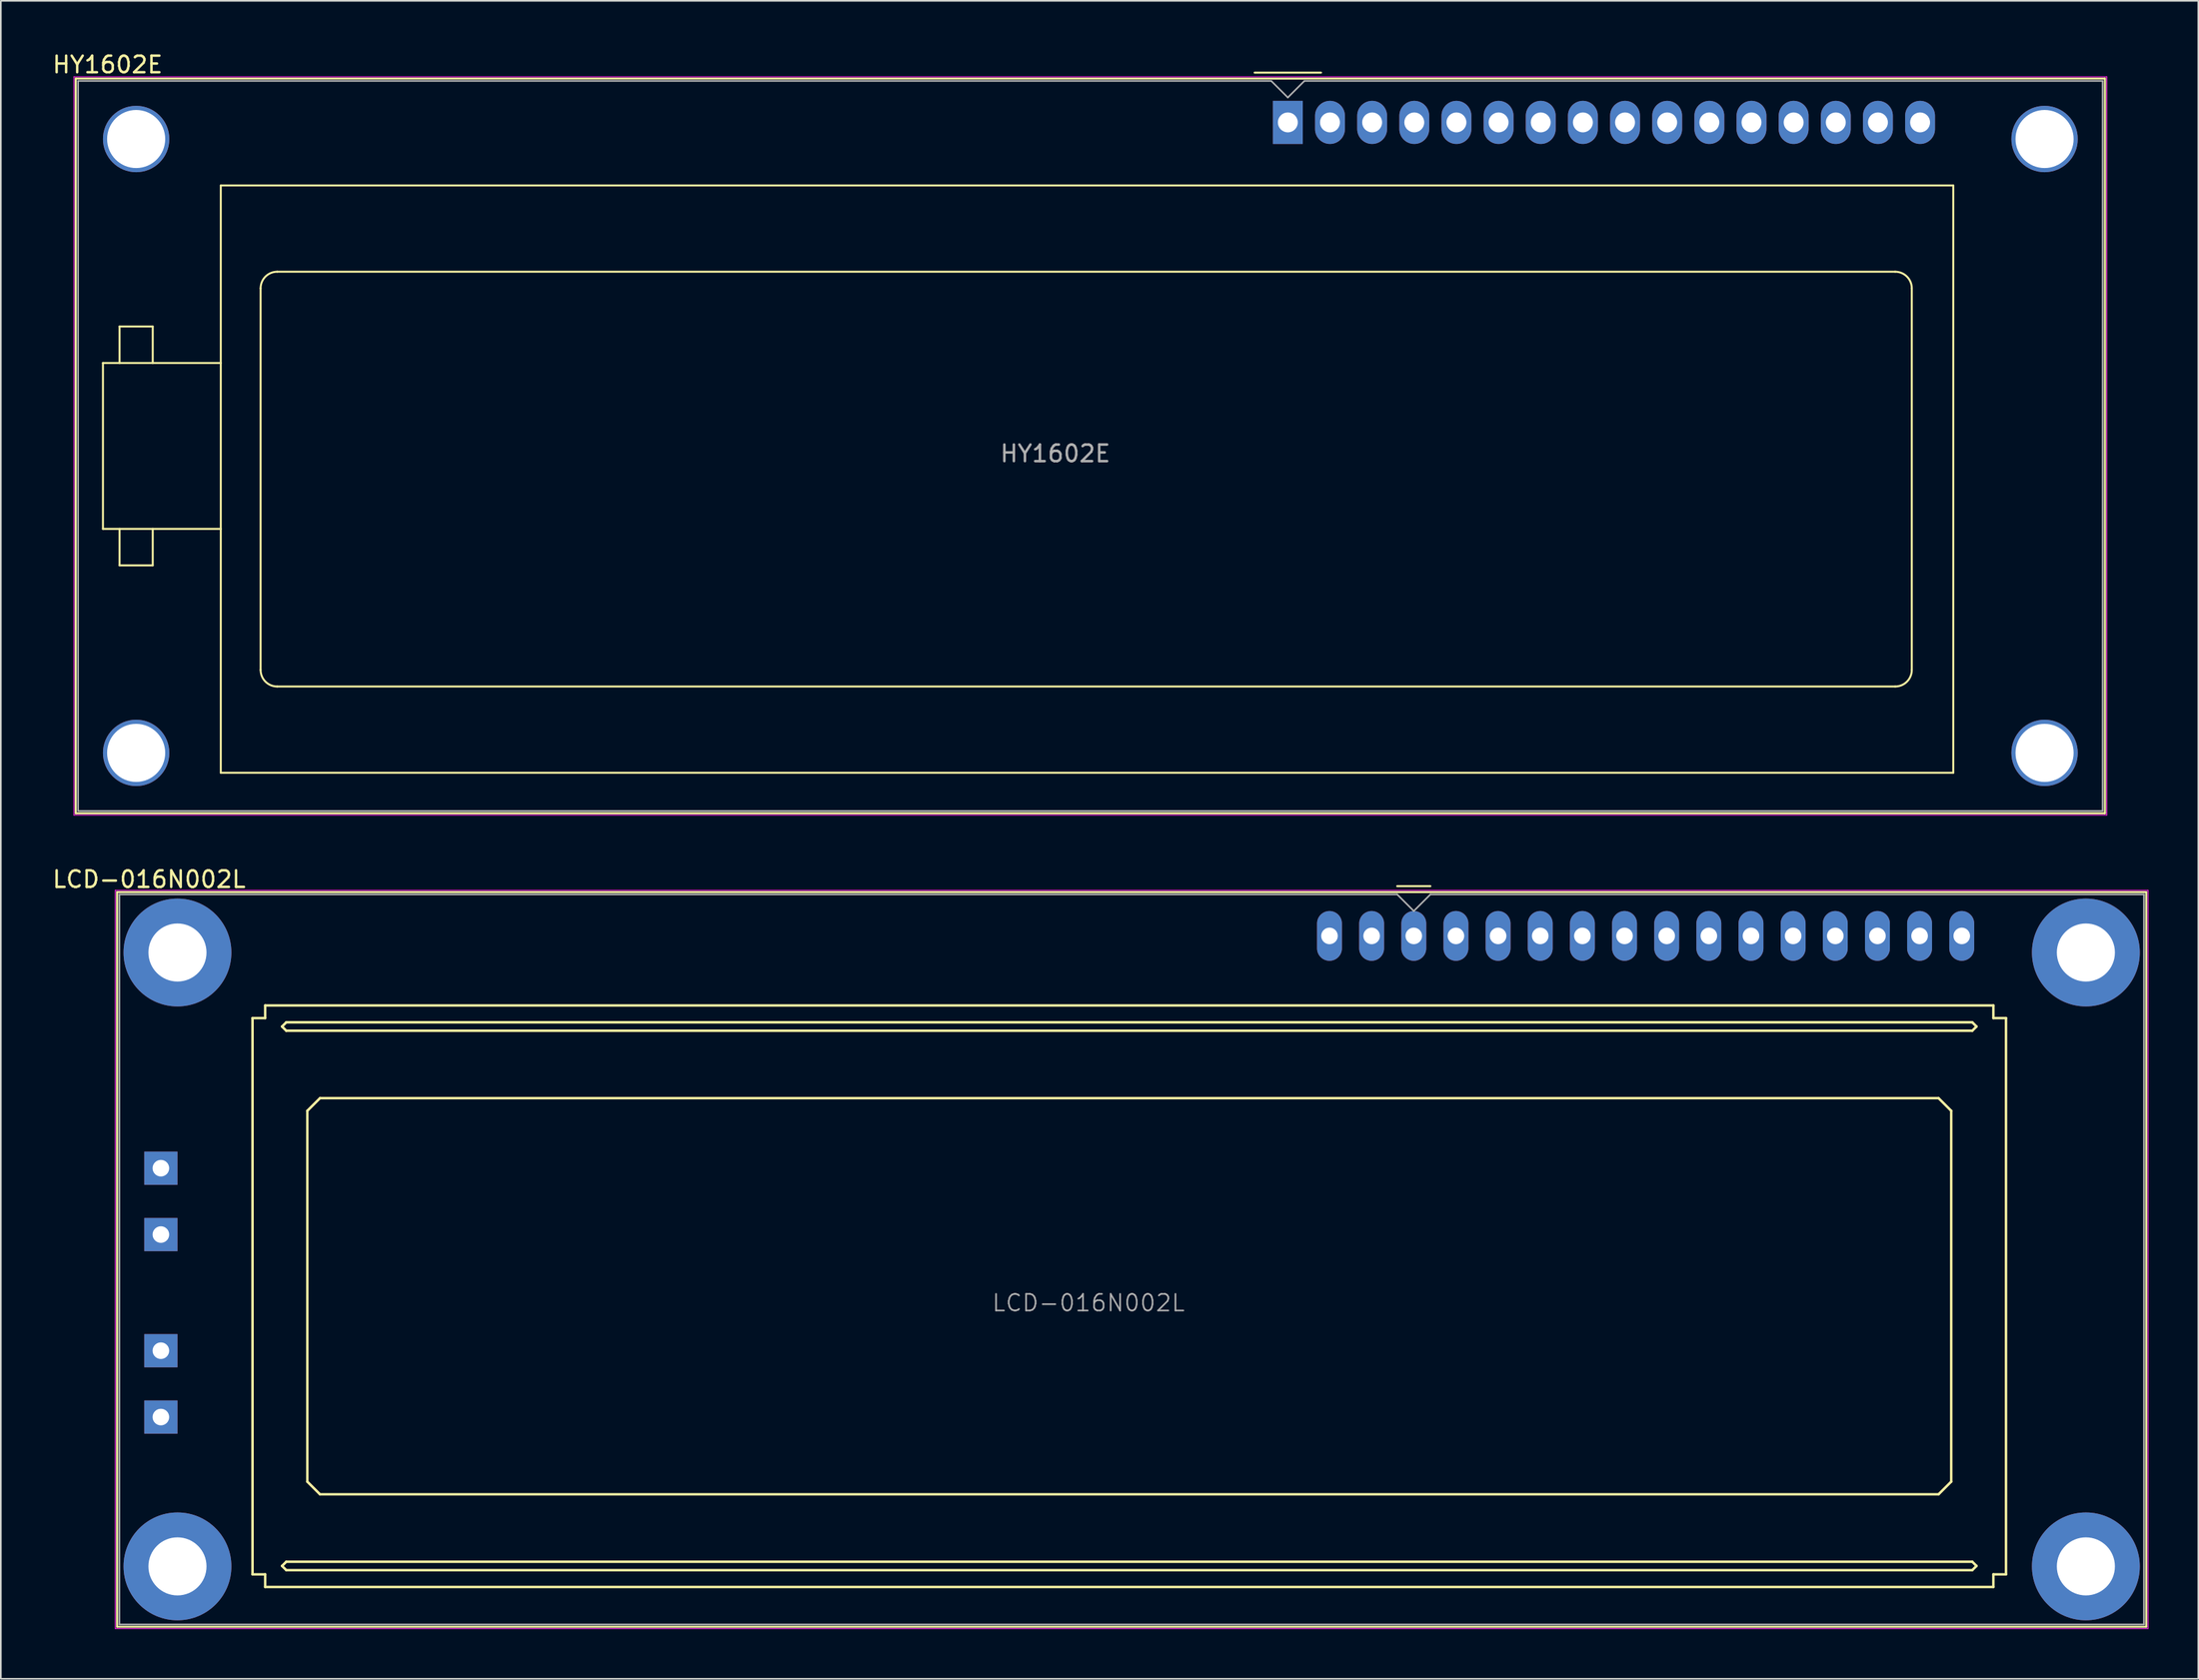
<source format=kicad_pcb>
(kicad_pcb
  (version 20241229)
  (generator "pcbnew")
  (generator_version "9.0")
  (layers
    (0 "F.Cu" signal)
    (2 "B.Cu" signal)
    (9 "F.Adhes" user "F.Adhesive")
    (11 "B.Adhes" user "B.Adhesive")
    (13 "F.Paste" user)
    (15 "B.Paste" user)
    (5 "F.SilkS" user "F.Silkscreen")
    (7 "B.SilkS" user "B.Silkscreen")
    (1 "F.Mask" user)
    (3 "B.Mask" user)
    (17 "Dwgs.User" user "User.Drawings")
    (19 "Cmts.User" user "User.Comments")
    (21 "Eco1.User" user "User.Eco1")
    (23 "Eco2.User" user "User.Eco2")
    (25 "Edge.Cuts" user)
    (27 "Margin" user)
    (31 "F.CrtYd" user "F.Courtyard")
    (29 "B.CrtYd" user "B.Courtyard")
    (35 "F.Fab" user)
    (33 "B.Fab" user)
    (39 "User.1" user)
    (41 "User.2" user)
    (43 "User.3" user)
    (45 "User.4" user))
  (footprint "HY1602E"
    (layer "F.Cu")
    (at 74.555 4.328)
    (property "Reference" "HY1602E" (at -71.12 -3.48 0) (layer "F.SilkS") (effects (font (size 1 1) (thickness 0.15))))
    (attr through_hole)
    (fp_line (start -73.04 -2.64) (end -73.04 41.64) (stroke (width 0.12) (type solid)) (layer "F.SilkS"))
    (fp_line (start -73.04 -2.64) (end 49.24 -2.64) (stroke (width 0.12) (type solid)) (layer "F.SilkS"))
    (fp_line (start -71.4 14.5) (end -64.3 14.5) (stroke (width 0.12) (type solid)) (layer "F.SilkS"))
    (fp_line (start -71.4 24.5) (end -71.4 14.5) (stroke (width 0.12) (type solid)) (layer "F.SilkS"))
    (fp_line (start -70.4 12.3) (end -70.4 14.5) (stroke (width 0.12) (type solid)) (layer "F.SilkS"))
    (fp_line (start -70.4 26.7) (end -70.4 24.5) (stroke (width 0.12) (type solid)) (layer "F.SilkS"))
    (fp_line (start -68.4 12.3) (end -70.4 12.3) (stroke (width 0.12) (type solid)) (layer "F.SilkS"))
    (fp_line (start -68.4 14.5) (end -68.4 12.3) (stroke (width 0.12) (type solid)) (layer "F.SilkS"))
    (fp_line (start -68.4 24.5) (end -68.4 26.7) (stroke (width 0.12) (type solid)) (layer "F.SilkS"))
    (fp_line (start -68.4 26.7) (end -70.4 26.7) (stroke (width 0.12) (type solid)) (layer "F.SilkS"))
    (fp_line (start -64.3 3.8) (end 40.1 3.8) (stroke (width 0.12) (type solid)) (layer "F.SilkS"))
    (fp_line (start -64.3 24.5) (end -71.4 24.5) (stroke (width 0.12) (type solid)) (layer "F.SilkS"))
    (fp_line (start -64.3 39.2) (end -64.3 3.8) (stroke (width 0.12) (type solid)) (layer "F.SilkS"))
    (fp_line (start -61.9 33) (end -61.9 10) (stroke (width 0.12) (type solid)) (layer "F.SilkS"))
    (fp_line (start -60.9 9) (end 36.6 9) (stroke (width 0.12) (type solid)) (layer "F.SilkS"))
    (fp_line (start -2 -3) (end 2 -3) (stroke (width 0.12) (type solid)) (layer "F.SilkS"))
    (fp_line (start 36.6 34) (end -60.9 34) (stroke (width 0.12) (type solid)) (layer "F.SilkS"))
    (fp_line (start 37.6 10) (end 37.6 33) (stroke (width 0.12) (type solid)) (layer "F.SilkS"))
    (fp_line (start 40.1 3.8) (end 40.1 39.2) (stroke (width 0.12) (type solid)) (layer "F.SilkS"))
    (fp_line (start 40.1 39.2) (end -64.3 39.2) (stroke (width 0.12) (type solid)) (layer "F.SilkS"))
    (fp_line (start 49.24 -2.64) (end 49.24 41.64) (stroke (width 0.12) (type solid)) (layer "F.SilkS"))
    (fp_line (start 49.24 41.64) (end -73.04 41.64) (stroke (width 0.12) (type solid)) (layer "F.SilkS"))
    (fp_arc (start -61.9 10) (mid -61.607107 9.292893) (end -60.9 9) (stroke (width 0.12) (type solid)) (layer "F.SilkS"))
    (fp_arc (start -60.9 34) (mid -61.607107 33.707107) (end -61.9 33) (stroke (width 0.12) (type solid)) (layer "F.SilkS"))
    (fp_arc (start 36.6 9) (mid 37.307107 9.292893) (end 37.6 10) (stroke (width 0.12) (type solid)) (layer "F.SilkS"))
    (fp_arc (start 37.6 33) (mid 37.307107 33.707107) (end 36.6 34) (stroke (width 0.12) (type solid)) (layer "F.SilkS"))
    (fp_line (start -73.15 -2.75) (end -73.15 41.75) (stroke (width 0.05) (type solid)) (layer "F.CrtYd"))
    (fp_line (start -73.15 -2.75) (end 49.35 -2.75) (stroke (width 0.05) (type solid)) (layer "F.CrtYd"))
    (fp_line (start -73.15 41.75) (end 49.35 41.75) (stroke (width 0.05) (type solid)) (layer "F.CrtYd"))
    (fp_line (start 49.35 -2.75) (end 49.35 41.75) (stroke (width 0.05) (type solid)) (layer "F.CrtYd"))
    (fp_line (start -72.9 -2.5) (end -72.9 41.5) (stroke (width 0.1) (type solid)) (layer "F.Fab"))
    (fp_line (start -72.9 41.5) (end 49.1 41.5) (stroke (width 0.1) (type solid)) (layer "F.Fab"))
    (fp_line (start -1 -2.5) (end -72.9 -2.5) (stroke (width 0.1) (type solid)) (layer "F.Fab"))
    (fp_line (start 0 -1.5) (end -1 -2.5) (stroke (width 0.1) (type solid)) (layer "F.Fab"))
    (fp_line (start 1 -2.5) (end 0 -1.5) (stroke (width 0.1) (type solid)) (layer "F.Fab"))
    (fp_line (start 49.1 -2.5) (end 1 -2.5) (stroke (width 0.1) (type solid)) (layer "F.Fab"))
    (fp_line (start 49.1 41.5) (end 49.1 -2.5) (stroke (width 0.1) (type solid)) (layer "F.Fab"))
    (fp_text user "${REFERENCE}" (at -14.01 19.96 0) (layer "F.Fab") (effects (font (size 1 1) (thickness 0.15))))
    (pad "" thru_hole circle (at -69.4 1.001 180) (size 4 4) (drill 3.5) (layers "*.Cu" "*.Mask"))
    (pad "" thru_hole circle (at -69.4 38.001 180) (size 4 4) (drill 3.5) (layers "*.Cu" "*.Mask"))
    (pad "" thru_hole circle (at 45.601 1.001 180) (size 4 4) (drill 3.5) (layers "*.Cu" "*.Mask"))
    (pad "" thru_hole circle (at 45.601 38.001 180) (size 4 4) (drill 3.5) (layers "*.Cu" "*.Mask"))
    (pad "1" thru_hole rect (at 0 0 180) (size 1.8 2.6) (drill 1.2) (layers "*.Cu" "*.Mask"))
    (pad "2" thru_hole oval (at 2.54 0 180) (size 1.8 2.6) (drill 1.2) (layers "*.Cu" "*.Mask"))
    (pad "3" thru_hole oval (at 5.08 0 180) (size 1.8 2.6) (drill 1.2) (layers "*.Cu" "*.Mask"))
    (pad "4" thru_hole oval (at 7.62 0 180) (size 1.8 2.6) (drill 1.2) (layers "*.Cu" "*.Mask"))
    (pad "5" thru_hole oval (at 10.16 0 180) (size 1.8 2.6) (drill 1.2) (layers "*.Cu" "*.Mask"))
    (pad "6" thru_hole oval (at 12.7 0 180) (size 1.8 2.6) (drill 1.2) (layers "*.Cu" "*.Mask"))
    (pad "7" thru_hole oval (at 15.24 0 180) (size 1.8 2.6) (drill 1.2) (layers "*.Cu" "*.Mask"))
    (pad "8" thru_hole oval (at 17.78 0 180) (size 1.8 2.6) (drill 1.2) (layers "*.Cu" "*.Mask"))
    (pad "9" thru_hole oval (at 20.32 0 180) (size 1.8 2.6) (drill 1.2) (layers "*.Cu" "*.Mask"))
    (pad "10" thru_hole oval (at 22.86 0 180) (size 1.8 2.6) (drill 1.2) (layers "*.Cu" "*.Mask"))
    (pad "11" thru_hole oval (at 25.4 0 180) (size 1.8 2.6) (drill 1.2) (layers "*.Cu" "*.Mask"))
    (pad "12" thru_hole oval (at 27.94 0 180) (size 1.8 2.6) (drill 1.2) (layers "*.Cu" "*.Mask"))
    (pad "13" thru_hole oval (at 30.48 0 180) (size 1.8 2.6) (drill 1.2) (layers "*.Cu" "*.Mask"))
    (pad "14" thru_hole oval (at 33.02 0 180) (size 1.8 2.6) (drill 1.2) (layers "*.Cu" "*.Mask"))
    (pad "15" thru_hole oval (at 35.56 0 180) (size 1.8 2.6) (drill 1.2) (layers "*.Cu" "*.Mask"))
    (pad "16" thru_hole oval (at 38.1 0 180) (size 1.8 2.6) (drill 1.2) (layers "*.Cu" "*.Mask")))
  (footprint "LCD-016N002L"
    (layer "F.Cu")
    (at 82.145 53.361)
    (property "Reference" "LCD-016N002L" (at -76.21 -3.41 180) (layer "F.SilkS") (effects (font (size 1 1) (thickness 0.15))))
    (attr through_hole)
    (fp_line (start -78.14 -2.64) (end -78.14 41.64) (stroke (width 0.12) (type solid)) (layer "F.SilkS"))
    (fp_line (start -78.14 41.64) (end 44.14 41.64) (stroke (width 0.12) (type solid)) (layer "F.SilkS"))
    (fp_line (start -69.977 4.953) (end -69.977 38.481) (stroke (width 0.15) (type solid)) (layer "F.SilkS"))
    (fp_line (start -69.215 4.191) (end -69.215 4.953) (stroke (width 0.15) (type solid)) (layer "F.SilkS"))
    (fp_line (start -69.215 4.953) (end -69.977 4.953) (stroke (width 0.15) (type solid)) (layer "F.SilkS"))
    (fp_line (start -69.215 38.481) (end -69.977 38.481) (stroke (width 0.15) (type solid)) (layer "F.SilkS"))
    (fp_line (start -69.215 39.243) (end -69.215 38.481) (stroke (width 0.15) (type solid)) (layer "F.SilkS"))
    (fp_line (start -69.215 39.243) (end 34.925 39.243) (stroke (width 0.15) (type solid)) (layer "F.SilkS"))
    (fp_line (start -68.199 5.461) (end -67.945 5.715) (stroke (width 0.15) (type solid)) (layer "F.SilkS"))
    (fp_line (start -68.199 37.973) (end -67.945 38.227) (stroke (width 0.15) (type solid)) (layer "F.SilkS"))
    (fp_line (start -67.945 5.207) (end -68.199 5.461) (stroke (width 0.15) (type solid)) (layer "F.SilkS"))
    (fp_line (start -67.945 5.715) (end 33.655 5.715) (stroke (width 0.15) (type solid)) (layer "F.SilkS"))
    (fp_line (start -67.945 37.719) (end -68.199 37.973) (stroke (width 0.15) (type solid)) (layer "F.SilkS"))
    (fp_line (start -67.945 38.227) (end 33.655 38.227) (stroke (width 0.15) (type solid)) (layer "F.SilkS"))
    (fp_line (start -66.675 10.541) (end -65.913 9.779) (stroke (width 0.15) (type solid)) (layer "F.SilkS"))
    (fp_line (start -66.675 32.893) (end -66.675 10.541) (stroke (width 0.15) (type solid)) (layer "F.SilkS"))
    (fp_line (start -65.913 9.779) (end 31.623 9.779) (stroke (width 0.15) (type solid)) (layer "F.SilkS"))
    (fp_line (start -65.913 33.655) (end -66.675 32.893) (stroke (width 0.15) (type solid)) (layer "F.SilkS"))
    (fp_line (start -1 -3) (end 1 -3) (stroke (width 0.12) (type solid)) (layer "F.SilkS"))
    (fp_line (start 31.623 9.779) (end 32.385 10.541) (stroke (width 0.15) (type solid)) (layer "F.SilkS"))
    (fp_line (start 31.623 33.655) (end -65.913 33.655) (stroke (width 0.15) (type solid)) (layer "F.SilkS"))
    (fp_line (start 32.385 10.541) (end 32.385 32.893) (stroke (width 0.15) (type solid)) (layer "F.SilkS"))
    (fp_line (start 32.385 32.893) (end 31.623 33.655) (stroke (width 0.15) (type solid)) (layer "F.SilkS"))
    (fp_line (start 33.655 5.207) (end -67.945 5.207) (stroke (width 0.15) (type solid)) (layer "F.SilkS"))
    (fp_line (start 33.655 5.207) (end 33.909 5.461) (stroke (width 0.15) (type solid)) (layer "F.SilkS"))
    (fp_line (start 33.655 37.719) (end -67.945 37.719) (stroke (width 0.15) (type solid)) (layer "F.SilkS"))
    (fp_line (start 33.655 38.227) (end 33.909 37.973) (stroke (width 0.15) (type solid)) (layer "F.SilkS"))
    (fp_line (start 33.909 5.461) (end 33.655 5.715) (stroke (width 0.15) (type solid)) (layer "F.SilkS"))
    (fp_line (start 33.909 37.973) (end 33.655 37.719) (stroke (width 0.15) (type solid)) (layer "F.SilkS"))
    (fp_line (start 34.925 4.191) (end -69.215 4.191) (stroke (width 0.15) (type solid)) (layer "F.SilkS"))
    (fp_line (start 34.925 4.191) (end 34.925 4.953) (stroke (width 0.15) (type solid)) (layer "F.SilkS"))
    (fp_line (start 34.925 4.953) (end 35.687 4.953) (stroke (width 0.15) (type solid)) (layer "F.SilkS"))
    (fp_line (start 34.925 38.481) (end 34.925 39.243) (stroke (width 0.15) (type solid)) (layer "F.SilkS"))
    (fp_line (start 35.687 38.481) (end 34.925 38.481) (stroke (width 0.15) (type solid)) (layer "F.SilkS"))
    (fp_line (start 35.687 38.481) (end 35.687 4.953) (stroke (width 0.15) (type solid)) (layer "F.SilkS"))
    (fp_line (start 44.14 -2.64) (end -78.14 -2.64) (stroke (width 0.12) (type solid)) (layer "F.SilkS"))
    (fp_line (start 44.14 -2.64) (end 44.14 41.64) (stroke (width 0.12) (type solid)) (layer "F.SilkS"))
    (fp_line (start -78.25 -2.75) (end -78.25 41.75) (stroke (width 0.05) (type solid)) (layer "F.CrtYd"))
    (fp_line (start -78.25 -2.75) (end 44.25 -2.75) (stroke (width 0.05) (type solid)) (layer "F.CrtYd"))
    (fp_line (start -78.25 41.75) (end 44.25 41.75) (stroke (width 0.05) (type solid)) (layer "F.CrtYd"))
    (fp_line (start 44.25 -2.75) (end 44.25 41.75) (stroke (width 0.05) (type solid)) (layer "F.CrtYd"))
    (fp_line (start -78 -2.5) (end -1 -2.5) (stroke (width 0.1) (type solid)) (layer "F.Fab"))
    (fp_line (start -78 41.5) (end -78 -2.5) (stroke (width 0.1) (type solid)) (layer "F.Fab"))
    (fp_line (start 0 -1.5) (end -1 -2.5) (stroke (width 0.1) (type solid)) (layer "F.Fab"))
    (fp_line (start 1 -2.5) (end 0 -1.5) (stroke (width 0.1) (type solid)) (layer "F.Fab"))
    (fp_line (start 1 -2.5) (end 44 -2.5) (stroke (width 0.1) (type solid)) (layer "F.Fab"))
    (fp_line (start 44 -2.5) (end 44 41.5) (stroke (width 0.1) (type solid)) (layer "F.Fab"))
    (fp_line (start 44 41.5) (end -78 41.5) (stroke (width 0.1) (type solid)) (layer "F.Fab"))
    (fp_text user "${REFERENCE}" (at -19.6 22.12 0) (layer "F.Fab") (effects (font (size 1 1) (thickness 0.1))))
    (pad "" thru_hole circle (at -74.5 1 180) (size 6.5 6.5) (drill 3.5) (layers "*.Cu" "*.Mask"))
    (pad "" thru_hole circle (at -74.5 38 180) (size 6.5 6.5) (drill 3.5) (layers "*.Cu" "*.Mask"))
    (pad "" thru_hole circle (at 40.5 1 180) (size 6.5 6.5) (drill 3.5) (layers "*.Cu" "*.Mask"))
    (pad "" thru_hole circle (at 40.5 38 180) (size 6.5 6.5) (drill 3.5) (layers "*.Cu" "*.Mask"))
    (pad "1" thru_hole oval (at 0 0 180) (size 1.5 3) (drill 1) (layers "*.Cu" "*.Mask"))
    (pad "2" thru_hole oval (at 2.54 0 180) (size 1.5 3) (drill 1) (layers "*.Cu" "*.Mask"))
    (pad "3" thru_hole oval (at 5.08 0 180) (size 1.5 3) (drill 1) (layers "*.Cu" "*.Mask"))
    (pad "4" thru_hole oval (at 7.62 0 180) (size 1.5 3) (drill 1) (layers "*.Cu" "*.Mask"))
    (pad "5" thru_hole oval (at 10.16 0 180) (size 1.5 3) (drill 1) (layers "*.Cu" "*.Mask"))
    (pad "6" thru_hole oval (at 12.7 0 180) (size 1.5 3) (drill 1) (layers "*.Cu" "*.Mask"))
    (pad "7" thru_hole oval (at 15.24 0 180) (size 1.5 3) (drill 1) (layers "*.Cu" "*.Mask"))
    (pad "8" thru_hole oval (at 17.78 0 180) (size 1.5 3) (drill 1) (layers "*.Cu" "*.Mask"))
    (pad "9" thru_hole oval (at 20.32 0 180) (size 1.5 3) (drill 1) (layers "*.Cu" "*.Mask"))
    (pad "10" thru_hole oval (at 22.86 0 180) (size 1.5 3) (drill 1) (layers "*.Cu" "*.Mask"))
    (pad "11" thru_hole oval (at 25.4 0 180) (size 1.5 3) (drill 1) (layers "*.Cu" "*.Mask"))
    (pad "12" thru_hole oval (at 27.94 0 180) (size 1.5 3) (drill 1) (layers "*.Cu" "*.Mask"))
    (pad "13" thru_hole oval (at 30.48 0 180) (size 1.5 3) (drill 1) (layers "*.Cu" "*.Mask"))
    (pad "14" thru_hole oval (at 33.02 0 180) (size 1.5 3) (drill 1) (layers "*.Cu" "*.Mask"))
    (pad "15" thru_hole oval (at -2.54 0 180) (size 1.5 3) (drill 1) (layers "*.Cu" "*.Mask"))
    (pad "16" thru_hole oval (at -5.08 0 180) (size 1.5 3) (drill 1) (layers "*.Cu" "*.Mask"))
    (pad "A1" thru_hole rect (at -75.5 14 180) (size 2 2) (drill 1) (layers "*.Cu" "*.Mask"))
    (pad "A2" thru_hole rect (at -75.5 25 180) (size 2 2) (drill 1) (layers "*.Cu" "*.Mask"))
    (pad "K1" thru_hole rect (at -75.5 18 180) (size 2 2) (drill 1) (layers "*.Cu" "*.Mask"))
    (pad "K2" thru_hole rect (at -75.5 29 180) (size 2 2) (drill 1) (layers "*.Cu" "*.Mask")))
  (gr_rect
    (start -3 -3)
    (end 129.42 98.136)
    (stroke (width 0.1) (type default))
    (fill no)
    (layer "Edge.Cuts")))
</source>
